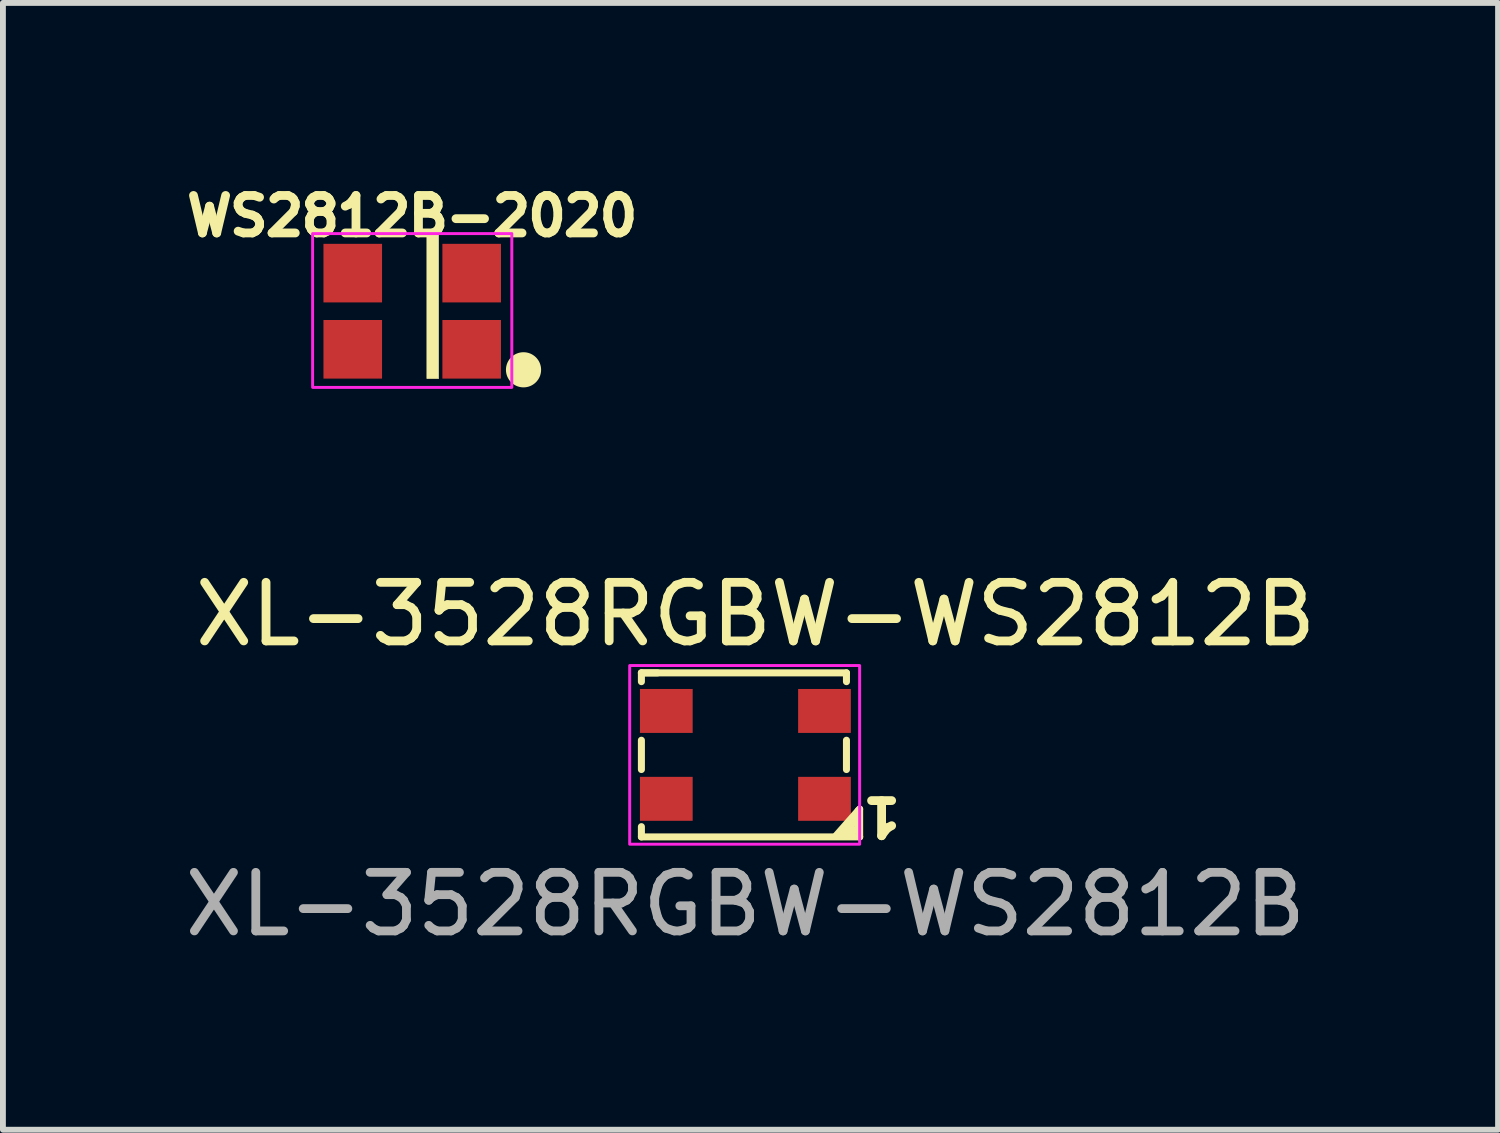
<source format=kicad_pcb>
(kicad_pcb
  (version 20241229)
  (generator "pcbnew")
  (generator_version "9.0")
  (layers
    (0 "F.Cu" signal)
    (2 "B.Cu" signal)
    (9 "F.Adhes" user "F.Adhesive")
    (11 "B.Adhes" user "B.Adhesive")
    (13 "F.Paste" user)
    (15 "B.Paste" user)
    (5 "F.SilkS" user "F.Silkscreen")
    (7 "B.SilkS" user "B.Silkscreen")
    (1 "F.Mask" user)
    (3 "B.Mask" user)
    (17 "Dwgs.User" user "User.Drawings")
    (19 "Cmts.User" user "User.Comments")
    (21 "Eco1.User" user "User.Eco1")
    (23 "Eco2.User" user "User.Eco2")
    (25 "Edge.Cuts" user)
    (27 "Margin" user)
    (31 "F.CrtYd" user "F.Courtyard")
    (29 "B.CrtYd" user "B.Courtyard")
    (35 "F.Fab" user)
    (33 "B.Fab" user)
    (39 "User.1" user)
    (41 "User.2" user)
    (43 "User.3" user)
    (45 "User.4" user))
  (footprint "WS2812B-2020"
    (layer "F.Cu")
    (at 3.986 2.262)
    (property "Reference" "WS2812B-2020" (at 0 -1.624 0) (layer "F.SilkS") (effects (font (size 0.64 0.64) (thickness 0.15))))
    (attr through_hole)
    (fp_circle (center 1.9 1) (end 2.2 1) (stroke (width 0) (type solid)) (fill yes) (layer "F.SilkS"))
    (fp_poly (pts (xy 0.25 -1.325) (xy 0.45 -1.325) (xy 0.45 1.15) (xy 0.25 1.15)) (stroke (width 0.01) (type solid)) (fill yes) (layer "F.SilkS"))
    (fp_rect (start -1.7 -1.325) (end 1.7 1.3) (stroke (width 0.05) (type solid)) (fill no) (layer "F.CrtYd"))
    (pad "1" smd rect (at 1.015 0.65) (size 1 1) (layers "F.Cu" "F.Mask" "F.Paste"))
    (pad "2" smd rect (at 1.015 -0.65) (size 1 1) (layers "F.Cu" "F.Mask" "F.Paste"))
    (pad "3" smd rect (at -1.015 -0.65) (size 1 1) (layers "F.Cu" "F.Mask" "F.Paste"))
    (pad "4" smd rect (at -1.015 0.65) (size 1 1) (layers "F.Cu" "F.Mask" "F.Paste")))
  (footprint "XL-3528RGBW-WS2812B"
    (layer "F.Cu")
    (at 9.673 9.885)
    (property "Reference" "XL-3528RGBW-WS2812B" (at 0.175 -2.45 0) (unlocked yes) (layer "F.SilkS") (effects (font (size 1 1) (thickness 0.15))))
    (attr smd)
    (fp_line (start -1.775 -1.45) (end -1.5 -1.45) (stroke (width 0.12) (type solid)) (layer "F.SilkS"))
    (fp_line (start -1.775 -1.45) (end 1.725 -1.45) (stroke (width 0.12) (type solid)) (layer "F.SilkS"))
    (fp_line (start -1.775 -1.3) (end -1.775 -1.45) (stroke (width 0.12) (type solid)) (layer "F.SilkS"))
    (fp_line (start -1.775 0.2) (end -1.775 -0.3) (stroke (width 0.12) (type solid)) (layer "F.SilkS"))
    (fp_line (start -1.775 1.35) (end -1.775 1.175) (stroke (width 0.12) (type solid)) (layer "F.SilkS"))
    (fp_line (start 1.55 1.325) (end 1.925 0.9) (stroke (width 0.12) (type solid)) (layer "F.SilkS"))
    (fp_line (start 1.675 1.275) (end 1.825 1.275) (stroke (width 0.12) (type solid)) (layer "F.SilkS"))
    (fp_line (start 1.725 -1.45) (end 1.725 -1.3) (stroke (width 0.12) (type solid)) (layer "F.SilkS"))
    (fp_line (start 1.725 -0.3) (end 1.725 0.2) (stroke (width 0.12) (type solid)) (layer "F.SilkS"))
    (fp_line (start 1.825 1.275) (end 1.85 1.225) (stroke (width 0.12) (type solid)) (layer "F.SilkS"))
    (fp_line (start 1.9 1.05) (end 1.675 1.275) (stroke (width 0.12) (type solid)) (layer "F.SilkS"))
    (fp_line (start 1.925 0.9) (end 1.95 0.875) (stroke (width 0.12) (type solid)) (layer "F.SilkS"))
    (fp_line (start 1.95 0.875) (end 1.95 1.35) (stroke (width 0.12) (type solid)) (layer "F.SilkS"))
    (fp_line (start 1.95 1.35) (end -1.775 1.35) (stroke (width 0.12) (type solid)) (layer "F.SilkS"))
    (fp_line (start 1.95 1.35) (end 1.9 1.05) (stroke (width 0.12) (type solid)) (layer "F.SilkS"))
    (fp_rect (start -1.975 -1.575) (end 1.95 1.475) (stroke (width 0.05) (type solid)) (fill no) (layer "F.CrtYd"))
    (fp_text user "1" (at 2.325 1 180) (unlocked yes) (layer "F.SilkS") (effects (font (size 0.6 0.6) (thickness 0.15))))
    (fp_text user "${REFERENCE}" (at 0 2.5 0) (unlocked yes) (layer "F.Fab") (effects (font (size 1 1) (thickness 0.15))))
    (pad "1" smd rect (at 1.35 0.7) (size 0.9 0.75) (layers "F.Cu" "F.Mask" "F.Paste"))
    (pad "2" smd rect (at 1.35 -0.8) (size 0.9 0.75) (layers "F.Cu" "F.Mask" "F.Paste"))
    (pad "3" smd rect (at -1.35 -0.8) (size 0.9 0.75) (layers "F.Cu" "F.Mask" "F.Paste"))
    (pad "4" smd rect (at -1.35 0.7) (size 0.9 0.75) (layers "F.Cu" "F.Mask" "F.Paste")))
  (gr_rect
    (start -3 -3)
    (end 22.52 16.233)
    (stroke (width 0.1) (type default))
    (fill no)
    (layer "Edge.Cuts")))
</source>
